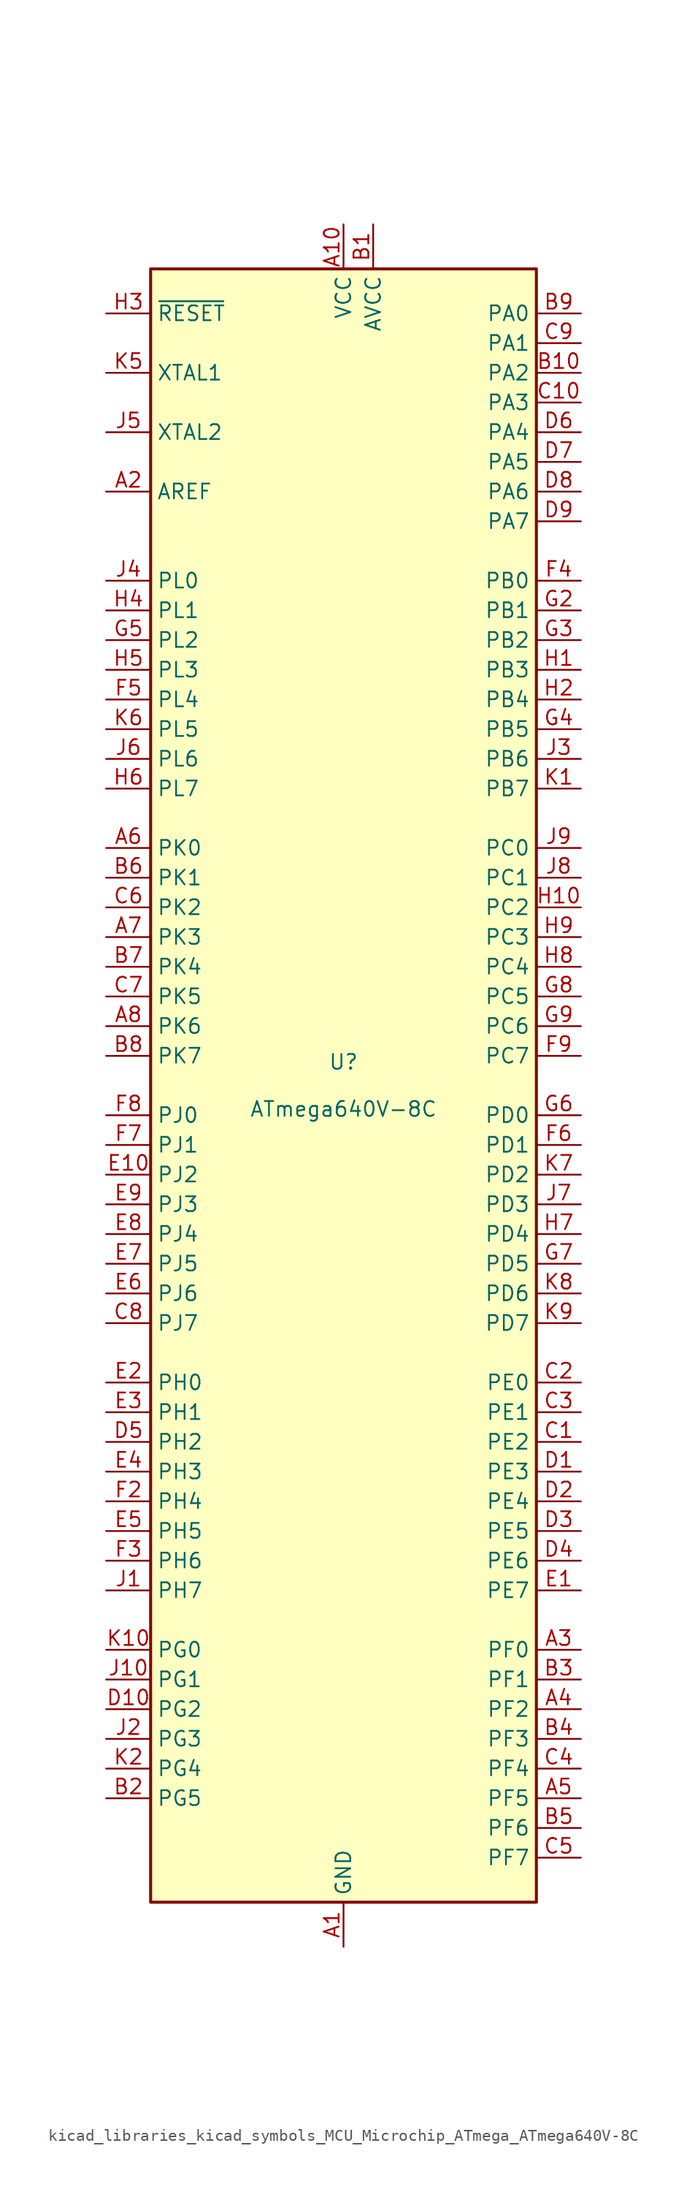
<source format=kicad_sym>
(kicad_symbol_lib
  (version 20220914)
  (generator kicad_symbol_editor)
  (symbol "kicad_libraries_kicad_symbols_MCU_Microchip_ATmega_ATmega640V-8C"
    (property "Reference" "U"
      (at 0 1.27 0)
      (effects (font (size 1.27 1.27)) (justify bottom)))
    (property "Value" "ATmega640V-8C"
      (at 0 -1.27 0)
      (effects (font (size 1.27 1.27)) (justify top)))
    (symbol "kicad_libraries_kicad_symbols_MCU_Microchip_ATmega_ATmega640V-8C_0_1"
      (rectangle (start -16.51 -69.85) (end 16.51 69.85) (stroke (width 0.254) (type default)) (fill (type background))))
    (symbol "kicad_libraries_kicad_symbols_MCU_Microchip_ATmega_ATmega640V-8C_1_1"
      (pin power_in line (at 0 -73.66 90) (length 3.81) (name "GND" (effects (font (size 1.27 1.27)))) (number "A1" (effects (font (size 1.27 1.27)))))
      (pin power_in line (at 0 73.66 270) (length 3.81) (name "VCC" (effects (font (size 1.27 1.27)))) (number "A10" (effects (font (size 1.27 1.27)))))
      (pin passive line (at -20.32 50.8 0) (length 3.81) (name "AREF" (effects (font (size 1.27 1.27)))) (number "A2" (effects (font (size 1.27 1.27)))))
      (pin bidirectional line (at 20.32 -48.26 180) (length 3.81) (name "PF0" (effects (font (size 1.27 1.27)))) (number "A3" (effects (font (size 1.27 1.27)))))
      (pin bidirectional line (at 20.32 -53.34 180) (length 3.81) (name "PF2" (effects (font (size 1.27 1.27)))) (number "A4" (effects (font (size 1.27 1.27)))))
      (pin bidirectional line (at 20.32 -60.96 180) (length 3.81) (name "PF5" (effects (font (size 1.27 1.27)))) (number "A5" (effects (font (size 1.27 1.27)))))
      (pin bidirectional line (at -20.32 20.32 0) (length 3.81) (name "PK0" (effects (font (size 1.27 1.27)))) (number "A6" (effects (font (size 1.27 1.27)))))
      (pin bidirectional line (at -20.32 12.7 0) (length 3.81) (name "PK3" (effects (font (size 1.27 1.27)))) (number "A7" (effects (font (size 1.27 1.27)))))
      (pin bidirectional line (at -20.32 5.08 0) (length 3.81) (name "PK6" (effects (font (size 1.27 1.27)))) (number "A8" (effects (font (size 1.27 1.27)))))
      (pin passive line (at 0 -73.66 90) (length 3.81) hide (name "GND" (effects (font (size 1.27 1.27)))) (number "A9" (effects (font (size 1.27 1.27)))))
      (pin power_in line (at 2.54 73.66 270) (length 3.81) (name "AVCC" (effects (font (size 1.27 1.27)))) (number "B1" (effects (font (size 1.27 1.27)))))
      (pin bidirectional line (at 20.32 60.96 180) (length 3.81) (name "PA2" (effects (font (size 1.27 1.27)))) (number "B10" (effects (font (size 1.27 1.27)))))
      (pin bidirectional line (at -20.32 -60.96 0) (length 3.81) (name "PG5" (effects (font (size 1.27 1.27)))) (number "B2" (effects (font (size 1.27 1.27)))))
      (pin bidirectional line (at 20.32 -50.8 180) (length 3.81) (name "PF1" (effects (font (size 1.27 1.27)))) (number "B3" (effects (font (size 1.27 1.27)))))
      (pin bidirectional line (at 20.32 -55.88 180) (length 3.81) (name "PF3" (effects (font (size 1.27 1.27)))) (number "B4" (effects (font (size 1.27 1.27)))))
      (pin bidirectional line (at 20.32 -63.5 180) (length 3.81) (name "PF6" (effects (font (size 1.27 1.27)))) (number "B5" (effects (font (size 1.27 1.27)))))
      (pin bidirectional line (at -20.32 17.78 0) (length 3.81) (name "PK1" (effects (font (size 1.27 1.27)))) (number "B6" (effects (font (size 1.27 1.27)))))
      (pin bidirectional line (at -20.32 10.16 0) (length 3.81) (name "PK4" (effects (font (size 1.27 1.27)))) (number "B7" (effects (font (size 1.27 1.27)))))
      (pin bidirectional line (at -20.32 2.54 0) (length 3.81) (name "PK7" (effects (font (size 1.27 1.27)))) (number "B8" (effects (font (size 1.27 1.27)))))
      (pin bidirectional line (at 20.32 66.04 180) (length 3.81) (name "PA0" (effects (font (size 1.27 1.27)))) (number "B9" (effects (font (size 1.27 1.27)))))
      (pin bidirectional line (at 20.32 -30.48 180) (length 3.81) (name "PE2" (effects (font (size 1.27 1.27)))) (number "C1" (effects (font (size 1.27 1.27)))))
      (pin bidirectional line (at 20.32 58.42 180) (length 3.81) (name "PA3" (effects (font (size 1.27 1.27)))) (number "C10" (effects (font (size 1.27 1.27)))))
      (pin bidirectional line (at 20.32 -25.4 180) (length 3.81) (name "PE0" (effects (font (size 1.27 1.27)))) (number "C2" (effects (font (size 1.27 1.27)))))
      (pin bidirectional line (at 20.32 -27.94 180) (length 3.81) (name "PE1" (effects (font (size 1.27 1.27)))) (number "C3" (effects (font (size 1.27 1.27)))))
      (pin bidirectional line (at 20.32 -58.42 180) (length 3.81) (name "PF4" (effects (font (size 1.27 1.27)))) (number "C4" (effects (font (size 1.27 1.27)))))
      (pin bidirectional line (at 20.32 -66.04 180) (length 3.81) (name "PF7" (effects (font (size 1.27 1.27)))) (number "C5" (effects (font (size 1.27 1.27)))))
      (pin bidirectional line (at -20.32 15.24 0) (length 3.81) (name "PK2" (effects (font (size 1.27 1.27)))) (number "C6" (effects (font (size 1.27 1.27)))))
      (pin bidirectional line (at -20.32 7.62 0) (length 3.81) (name "PK5" (effects (font (size 1.27 1.27)))) (number "C7" (effects (font (size 1.27 1.27)))))
      (pin bidirectional line (at -20.32 -20.32 0) (length 3.81) (name "PJ7" (effects (font (size 1.27 1.27)))) (number "C8" (effects (font (size 1.27 1.27)))))
      (pin bidirectional line (at 20.32 63.5 180) (length 3.81) (name "PA1" (effects (font (size 1.27 1.27)))) (number "C9" (effects (font (size 1.27 1.27)))))
      (pin bidirectional line (at 20.32 -33.02 180) (length 3.81) (name "PE3" (effects (font (size 1.27 1.27)))) (number "D1" (effects (font (size 1.27 1.27)))))
      (pin bidirectional line (at -20.32 -53.34 0) (length 3.81) (name "PG2" (effects (font (size 1.27 1.27)))) (number "D10" (effects (font (size 1.27 1.27)))))
      (pin bidirectional line (at 20.32 -35.56 180) (length 3.81) (name "PE4" (effects (font (size 1.27 1.27)))) (number "D2" (effects (font (size 1.27 1.27)))))
      (pin bidirectional line (at 20.32 -38.1 180) (length 3.81) (name "PE5" (effects (font (size 1.27 1.27)))) (number "D3" (effects (font (size 1.27 1.27)))))
      (pin bidirectional line (at 20.32 -40.64 180) (length 3.81) (name "PE6" (effects (font (size 1.27 1.27)))) (number "D4" (effects (font (size 1.27 1.27)))))
      (pin bidirectional line (at -20.32 -30.48 0) (length 3.81) (name "PH2" (effects (font (size 1.27 1.27)))) (number "D5" (effects (font (size 1.27 1.27)))))
      (pin bidirectional line (at 20.32 55.88 180) (length 3.81) (name "PA4" (effects (font (size 1.27 1.27)))) (number "D6" (effects (font (size 1.27 1.27)))))
      (pin bidirectional line (at 20.32 53.34 180) (length 3.81) (name "PA5" (effects (font (size 1.27 1.27)))) (number "D7" (effects (font (size 1.27 1.27)))))
      (pin bidirectional line (at 20.32 50.8 180) (length 3.81) (name "PA6" (effects (font (size 1.27 1.27)))) (number "D8" (effects (font (size 1.27 1.27)))))
      (pin bidirectional line (at 20.32 48.26 180) (length 3.81) (name "PA7" (effects (font (size 1.27 1.27)))) (number "D9" (effects (font (size 1.27 1.27)))))
      (pin bidirectional line (at 20.32 -43.18 180) (length 3.81) (name "PE7" (effects (font (size 1.27 1.27)))) (number "E1" (effects (font (size 1.27 1.27)))))
      (pin bidirectional line (at -20.32 -7.62 0) (length 3.81) (name "PJ2" (effects (font (size 1.27 1.27)))) (number "E10" (effects (font (size 1.27 1.27)))))
      (pin bidirectional line (at -20.32 -25.4 0) (length 3.81) (name "PH0" (effects (font (size 1.27 1.27)))) (number "E2" (effects (font (size 1.27 1.27)))))
      (pin bidirectional line (at -20.32 -27.94 0) (length 3.81) (name "PH1" (effects (font (size 1.27 1.27)))) (number "E3" (effects (font (size 1.27 1.27)))))
      (pin bidirectional line (at -20.32 -33.02 0) (length 3.81) (name "PH3" (effects (font (size 1.27 1.27)))) (number "E4" (effects (font (size 1.27 1.27)))))
      (pin bidirectional line (at -20.32 -38.1 0) (length 3.81) (name "PH5" (effects (font (size 1.27 1.27)))) (number "E5" (effects (font (size 1.27 1.27)))))
      (pin bidirectional line (at -20.32 -17.78 0) (length 3.81) (name "PJ6" (effects (font (size 1.27 1.27)))) (number "E6" (effects (font (size 1.27 1.27)))))
      (pin bidirectional line (at -20.32 -15.24 0) (length 3.81) (name "PJ5" (effects (font (size 1.27 1.27)))) (number "E7" (effects (font (size 1.27 1.27)))))
      (pin bidirectional line (at -20.32 -12.7 0) (length 3.81) (name "PJ4" (effects (font (size 1.27 1.27)))) (number "E8" (effects (font (size 1.27 1.27)))))
      (pin bidirectional line (at -20.32 -10.16 0) (length 3.81) (name "PJ3" (effects (font (size 1.27 1.27)))) (number "E9" (effects (font (size 1.27 1.27)))))
      (pin passive line (at 0 73.66 270) (length 3.81) hide (name "VCC" (effects (font (size 1.27 1.27)))) (number "F1" (effects (font (size 1.27 1.27)))))
      (pin passive line (at 0 -73.66 90) (length 3.81) hide (name "GND" (effects (font (size 1.27 1.27)))) (number "F10" (effects (font (size 1.27 1.27)))))
      (pin bidirectional line (at -20.32 -35.56 0) (length 3.81) (name "PH4" (effects (font (size 1.27 1.27)))) (number "F2" (effects (font (size 1.27 1.27)))))
      (pin bidirectional line (at -20.32 -40.64 0) (length 3.81) (name "PH6" (effects (font (size 1.27 1.27)))) (number "F3" (effects (font (size 1.27 1.27)))))
      (pin bidirectional line (at 20.32 43.18 180) (length 3.81) (name "PB0" (effects (font (size 1.27 1.27)))) (number "F4" (effects (font (size 1.27 1.27)))))
      (pin bidirectional line (at -20.32 33.02 0) (length 3.81) (name "PL4" (effects (font (size 1.27 1.27)))) (number "F5" (effects (font (size 1.27 1.27)))))
      (pin bidirectional line (at 20.32 -5.08 180) (length 3.81) (name "PD1" (effects (font (size 1.27 1.27)))) (number "F6" (effects (font (size 1.27 1.27)))))
      (pin bidirectional line (at -20.32 -5.08 0) (length 3.81) (name "PJ1" (effects (font (size 1.27 1.27)))) (number "F7" (effects (font (size 1.27 1.27)))))
      (pin bidirectional line (at -20.32 -2.54 0) (length 3.81) (name "PJ0" (effects (font (size 1.27 1.27)))) (number "F8" (effects (font (size 1.27 1.27)))))
      (pin bidirectional line (at 20.32 2.54 180) (length 3.81) (name "PC7" (effects (font (size 1.27 1.27)))) (number "F9" (effects (font (size 1.27 1.27)))))
      (pin passive line (at 0 -73.66 90) (length 3.81) hide (name "GND" (effects (font (size 1.27 1.27)))) (number "G1" (effects (font (size 1.27 1.27)))))
      (pin passive line (at 0 73.66 270) (length 3.81) hide (name "VCC" (effects (font (size 1.27 1.27)))) (number "G10" (effects (font (size 1.27 1.27)))))
      (pin bidirectional line (at 20.32 40.64 180) (length 3.81) (name "PB1" (effects (font (size 1.27 1.27)))) (number "G2" (effects (font (size 1.27 1.27)))))
      (pin bidirectional line (at 20.32 38.1 180) (length 3.81) (name "PB2" (effects (font (size 1.27 1.27)))) (number "G3" (effects (font (size 1.27 1.27)))))
      (pin bidirectional line (at 20.32 30.48 180) (length 3.81) (name "PB5" (effects (font (size 1.27 1.27)))) (number "G4" (effects (font (size 1.27 1.27)))))
      (pin bidirectional line (at -20.32 38.1 0) (length 3.81) (name "PL2" (effects (font (size 1.27 1.27)))) (number "G5" (effects (font (size 1.27 1.27)))))
      (pin bidirectional line (at 20.32 -2.54 180) (length 3.81) (name "PD0" (effects (font (size 1.27 1.27)))) (number "G6" (effects (font (size 1.27 1.27)))))
      (pin bidirectional line (at 20.32 -15.24 180) (length 3.81) (name "PD5" (effects (font (size 1.27 1.27)))) (number "G7" (effects (font (size 1.27 1.27)))))
      (pin bidirectional line (at 20.32 7.62 180) (length 3.81) (name "PC5" (effects (font (size 1.27 1.27)))) (number "G8" (effects (font (size 1.27 1.27)))))
      (pin bidirectional line (at 20.32 5.08 180) (length 3.81) (name "PC6" (effects (font (size 1.27 1.27)))) (number "G9" (effects (font (size 1.27 1.27)))))
      (pin bidirectional line (at 20.32 35.56 180) (length 3.81) (name "PB3" (effects (font (size 1.27 1.27)))) (number "H1" (effects (font (size 1.27 1.27)))))
      (pin bidirectional line (at 20.32 15.24 180) (length 3.81) (name "PC2" (effects (font (size 1.27 1.27)))) (number "H10" (effects (font (size 1.27 1.27)))))
      (pin bidirectional line (at 20.32 33.02 180) (length 3.81) (name "PB4" (effects (font (size 1.27 1.27)))) (number "H2" (effects (font (size 1.27 1.27)))))
      (pin input line (at -20.32 66.04 0) (length 3.81) (name "~{RESET}" (effects (font (size 1.27 1.27)))) (number "H3" (effects (font (size 1.27 1.27)))))
      (pin bidirectional line (at -20.32 40.64 0) (length 3.81) (name "PL1" (effects (font (size 1.27 1.27)))) (number "H4" (effects (font (size 1.27 1.27)))))
      (pin bidirectional line (at -20.32 35.56 0) (length 3.81) (name "PL3" (effects (font (size 1.27 1.27)))) (number "H5" (effects (font (size 1.27 1.27)))))
      (pin bidirectional line (at -20.32 25.4 0) (length 3.81) (name "PL7" (effects (font (size 1.27 1.27)))) (number "H6" (effects (font (size 1.27 1.27)))))
      (pin bidirectional line (at 20.32 -12.7 180) (length 3.81) (name "PD4" (effects (font (size 1.27 1.27)))) (number "H7" (effects (font (size 1.27 1.27)))))
      (pin bidirectional line (at 20.32 10.16 180) (length 3.81) (name "PC4" (effects (font (size 1.27 1.27)))) (number "H8" (effects (font (size 1.27 1.27)))))
      (pin bidirectional line (at 20.32 12.7 180) (length 3.81) (name "PC3" (effects (font (size 1.27 1.27)))) (number "H9" (effects (font (size 1.27 1.27)))))
      (pin bidirectional line (at -20.32 -43.18 0) (length 3.81) (name "PH7" (effects (font (size 1.27 1.27)))) (number "J1" (effects (font (size 1.27 1.27)))))
      (pin bidirectional line (at -20.32 -50.8 0) (length 3.81) (name "PG1" (effects (font (size 1.27 1.27)))) (number "J10" (effects (font (size 1.27 1.27)))))
      (pin bidirectional line (at -20.32 -55.88 0) (length 3.81) (name "PG3" (effects (font (size 1.27 1.27)))) (number "J2" (effects (font (size 1.27 1.27)))))
      (pin bidirectional line (at 20.32 27.94 180) (length 3.81) (name "PB6" (effects (font (size 1.27 1.27)))) (number "J3" (effects (font (size 1.27 1.27)))))
      (pin bidirectional line (at -20.32 43.18 0) (length 3.81) (name "PL0" (effects (font (size 1.27 1.27)))) (number "J4" (effects (font (size 1.27 1.27)))))
      (pin output line (at -20.32 55.88 0) (length 3.81) (name "XTAL2" (effects (font (size 1.27 1.27)))) (number "J5" (effects (font (size 1.27 1.27)))))
      (pin bidirectional line (at -20.32 27.94 0) (length 3.81) (name "PL6" (effects (font (size 1.27 1.27)))) (number "J6" (effects (font (size 1.27 1.27)))))
      (pin bidirectional line (at 20.32 -10.16 180) (length 3.81) (name "PD3" (effects (font (size 1.27 1.27)))) (number "J7" (effects (font (size 1.27 1.27)))))
      (pin bidirectional line (at 20.32 17.78 180) (length 3.81) (name "PC1" (effects (font (size 1.27 1.27)))) (number "J8" (effects (font (size 1.27 1.27)))))
      (pin bidirectional line (at 20.32 20.32 180) (length 3.81) (name "PC0" (effects (font (size 1.27 1.27)))) (number "J9" (effects (font (size 1.27 1.27)))))
      (pin bidirectional line (at 20.32 25.4 180) (length 3.81) (name "PB7" (effects (font (size 1.27 1.27)))) (number "K1" (effects (font (size 1.27 1.27)))))
      (pin bidirectional line (at -20.32 -48.26 0) (length 3.81) (name "PG0" (effects (font (size 1.27 1.27)))) (number "K10" (effects (font (size 1.27 1.27)))))
      (pin bidirectional line (at -20.32 -58.42 0) (length 3.81) (name "PG4" (effects (font (size 1.27 1.27)))) (number "K2" (effects (font (size 1.27 1.27)))))
      (pin passive line (at 0 73.66 270) (length 3.81) hide (name "VCC" (effects (font (size 1.27 1.27)))) (number "K3" (effects (font (size 1.27 1.27)))))
      (pin passive line (at 0 -73.66 90) (length 3.81) hide (name "GND" (effects (font (size 1.27 1.27)))) (number "K4" (effects (font (size 1.27 1.27)))))
      (pin input line (at -20.32 60.96 0) (length 3.81) (name "XTAL1" (effects (font (size 1.27 1.27)))) (number "K5" (effects (font (size 1.27 1.27)))))
      (pin bidirectional line (at -20.32 30.48 0) (length 3.81) (name "PL5" (effects (font (size 1.27 1.27)))) (number "K6" (effects (font (size 1.27 1.27)))))
      (pin bidirectional line (at 20.32 -7.62 180) (length 3.81) (name "PD2" (effects (font (size 1.27 1.27)))) (number "K7" (effects (font (size 1.27 1.27)))))
      (pin bidirectional line (at 20.32 -17.78 180) (length 3.81) (name "PD6" (effects (font (size 1.27 1.27)))) (number "K8" (effects (font (size 1.27 1.27)))))
      (pin bidirectional line (at 20.32 -20.32 180) (length 3.81) (name "PD7" (effects (font (size 1.27 1.27)))) (number "K9" (effects (font (size 1.27 1.27))))))))
</source>
